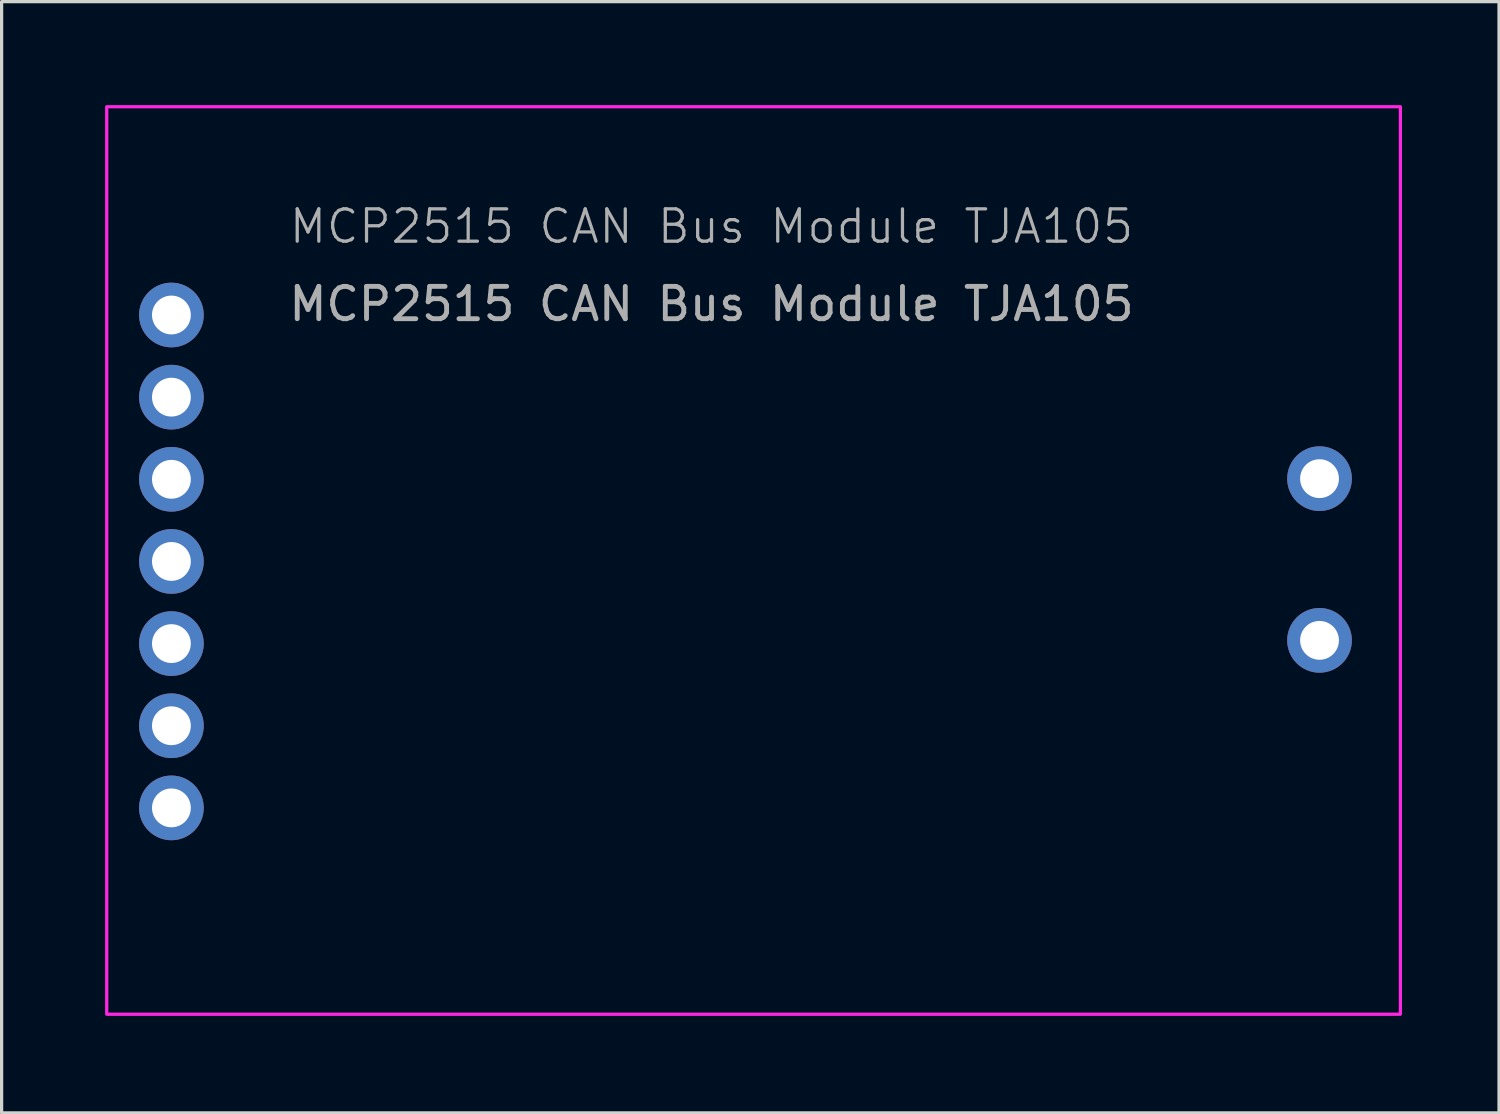
<source format=kicad_pcb>
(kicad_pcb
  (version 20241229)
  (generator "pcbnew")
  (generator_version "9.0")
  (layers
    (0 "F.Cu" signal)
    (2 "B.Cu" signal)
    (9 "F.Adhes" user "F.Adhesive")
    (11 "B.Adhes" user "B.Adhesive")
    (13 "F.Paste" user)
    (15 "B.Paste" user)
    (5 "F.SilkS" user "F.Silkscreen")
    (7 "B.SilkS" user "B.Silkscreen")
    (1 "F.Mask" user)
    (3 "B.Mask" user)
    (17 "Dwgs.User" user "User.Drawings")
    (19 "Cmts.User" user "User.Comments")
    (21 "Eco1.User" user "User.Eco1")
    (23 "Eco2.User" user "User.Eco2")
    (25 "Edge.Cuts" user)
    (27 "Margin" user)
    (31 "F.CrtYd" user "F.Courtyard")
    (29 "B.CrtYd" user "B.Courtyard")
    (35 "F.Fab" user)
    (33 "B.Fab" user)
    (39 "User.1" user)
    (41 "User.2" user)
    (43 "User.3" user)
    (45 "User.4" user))
  (footprint "MCP2515 CAN Bus Module TJA105"
    (layer "F.Cu")
    (at 0.25 0.25)
    (property "Reference" "MCP2515 CAN Bus Module TJA105" (at 18.7 3.7 0) (unlocked yes) (layer "F.Fab") (effects (font (size 1 1) (thickness 0.1))))
    (attr through_hole)
    (fp_rect (start 0 0) (end 40 28.06) (stroke (width 0.1) (type default)) (fill no) (layer "F.CrtYd"))
    (fp_text user "${REFERENCE}" (at 18.7 6.1 0) (unlocked yes) (layer "F.Fab") (effects (font (size 1 1) (thickness 0.15))))
    (pad "1" thru_hole circle (at 2 6.44 90) (size 2 2) (drill 1.2) (layers "*.Cu" "*.Mask"))
    (pad "2" thru_hole circle (at 2 8.98 90) (size 2 2) (drill 1.2) (layers "*.Cu" "*.Mask"))
    (pad "3" thru_hole circle (at 2 11.52 90) (size 2 2) (drill 1.2) (layers "*.Cu" "*.Mask"))
    (pad "4" thru_hole circle (at 2 14.06 90) (size 2 2) (drill 1.2) (layers "*.Cu" "*.Mask"))
    (pad "5" thru_hole circle (at 2 16.6) (size 2 2) (drill 1.2) (layers "*.Cu" "*.Mask"))
    (pad "6" thru_hole circle (at 2 19.14) (size 2 2) (drill 1.2) (layers "*.Cu" "*.Mask"))
    (pad "7" thru_hole circle (at 2 21.68) (size 2 2) (drill 1.2) (layers "*.Cu" "*.Mask"))
    (pad "8" thru_hole circle (at 37.5 11.5) (size 2 2) (drill 1.2) (layers "*.Cu" "*.Mask"))
    (pad "9" thru_hole circle (at 37.5 16.5) (size 2 2) (drill 1.2) (layers "*.Cu" "*.Mask")))
  (gr_rect
    (start -3 -3)
    (end 43.3 31.36)
    (stroke (width 0.1) (type default))
    (fill no)
    (layer "Edge.Cuts")))
</source>
